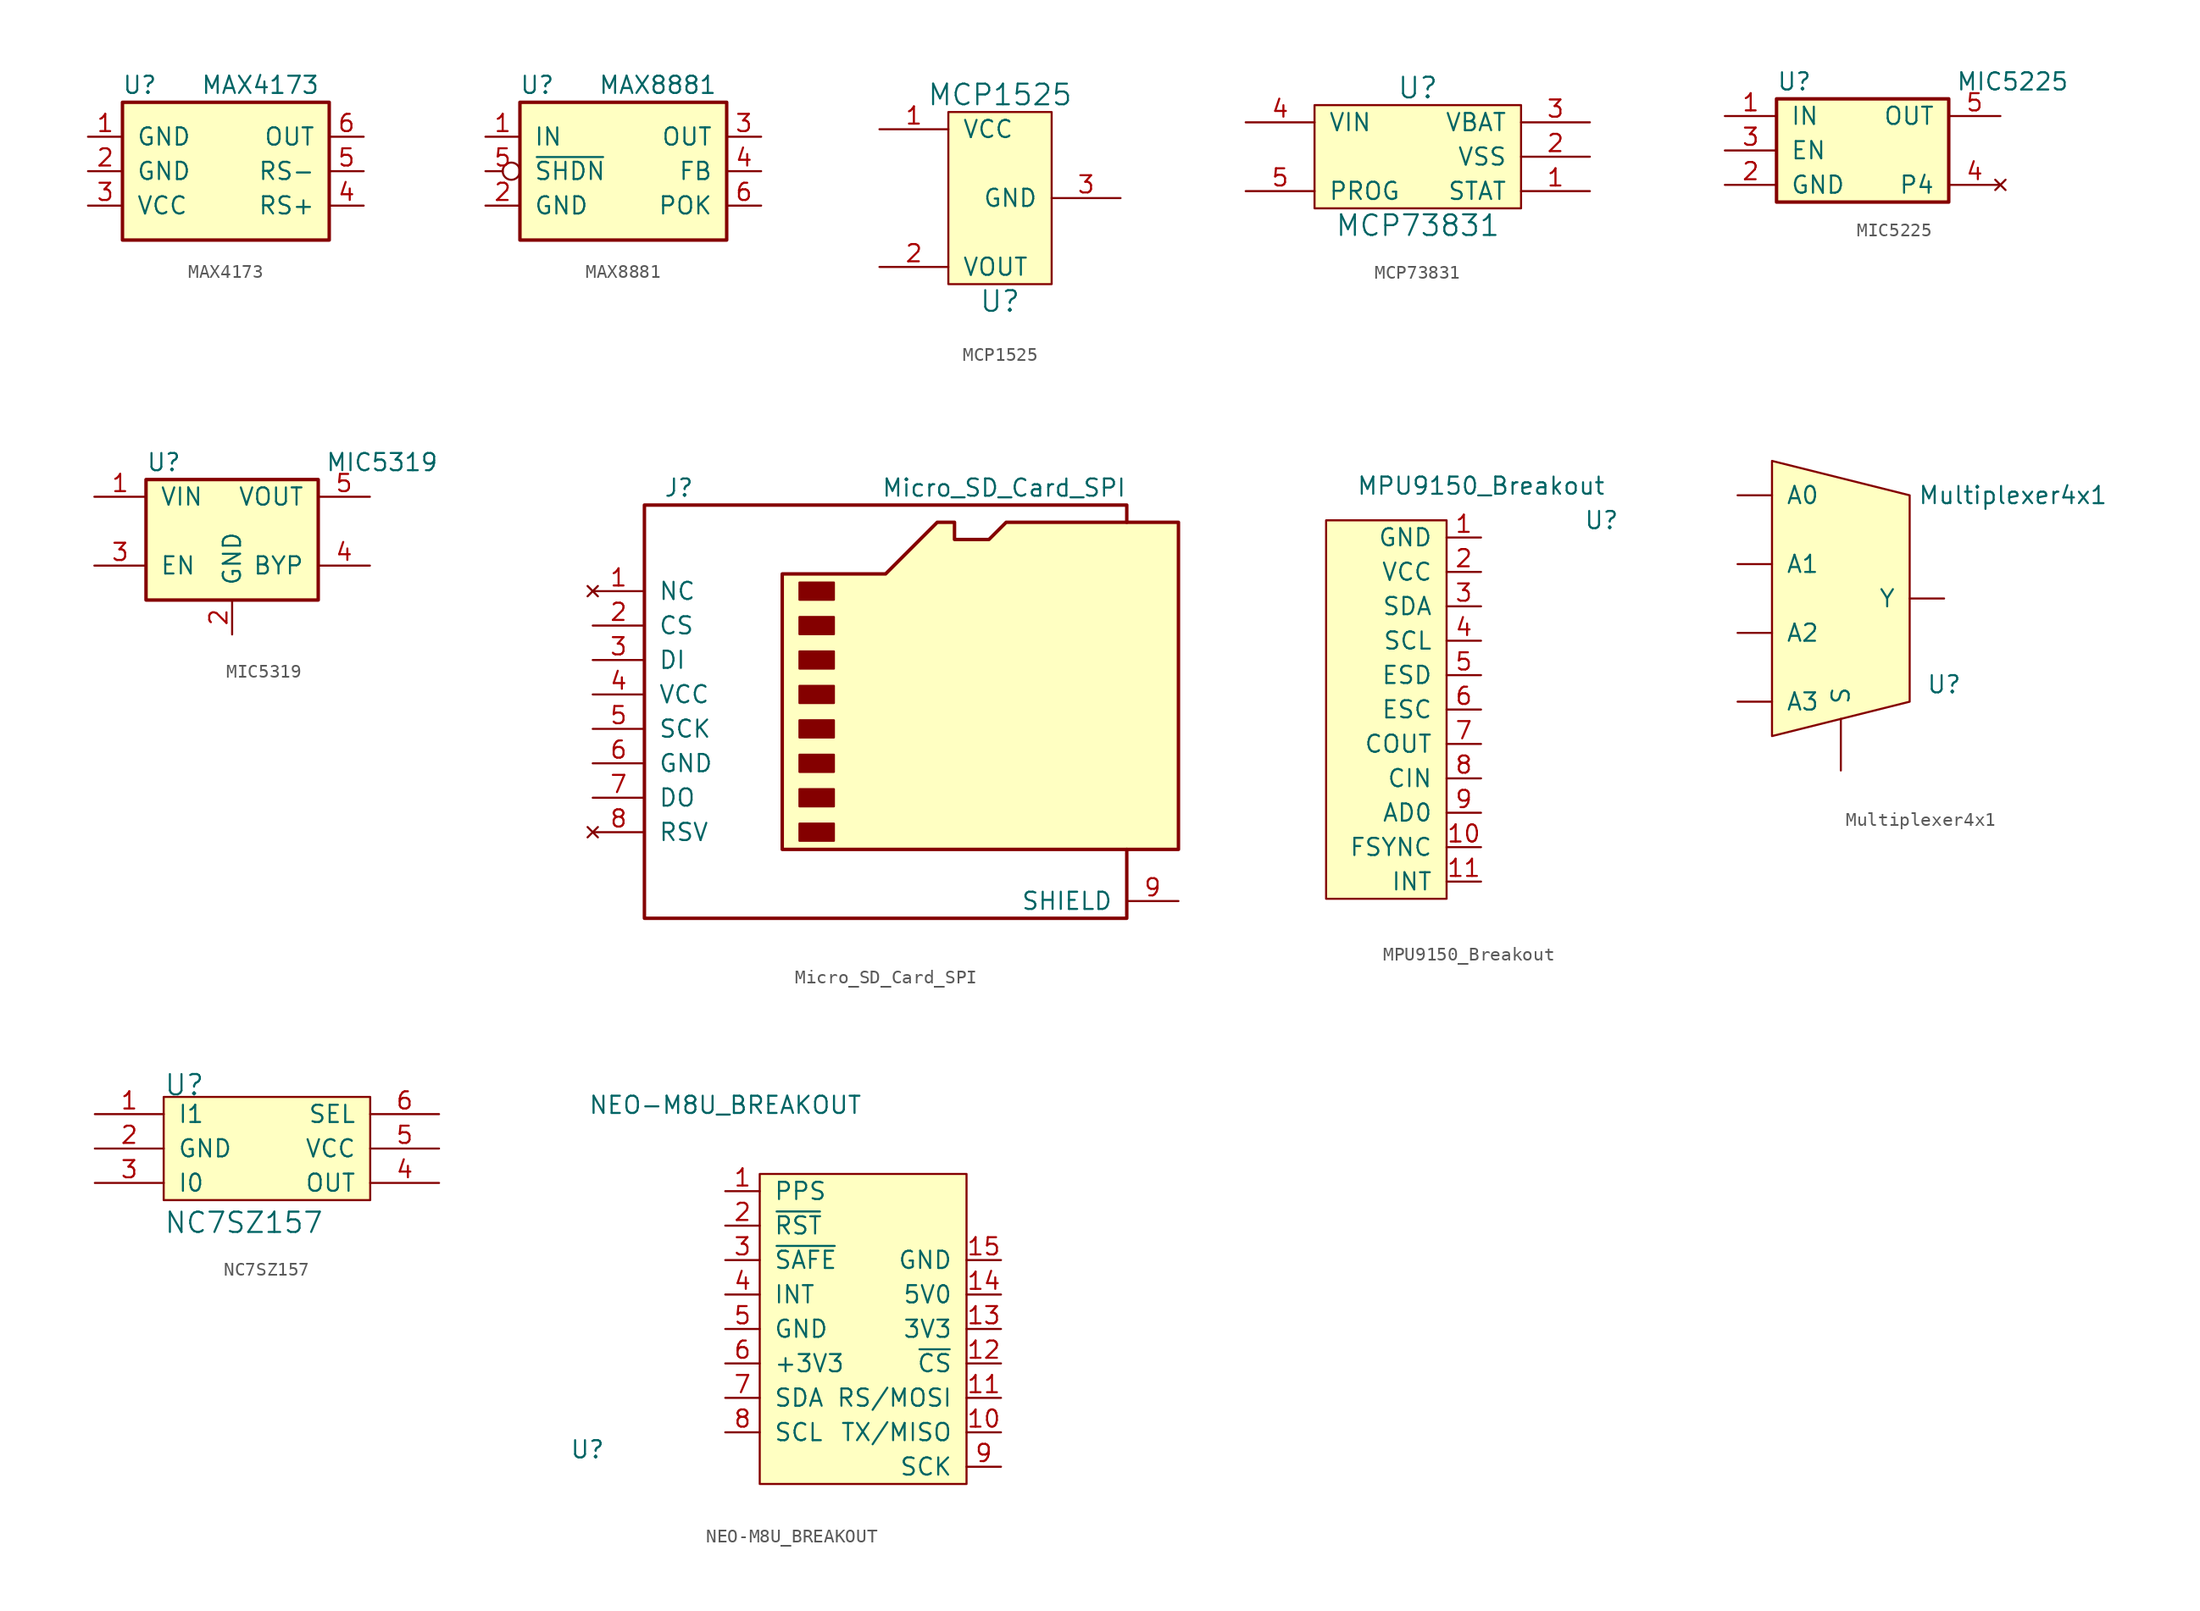
<source format=kicad_sym>
(kicad_symbol_lib
  (version 20211014)
  (generator kicad_symbol_editor)
  (symbol "MAX4173"
    (pin_names
      (offset 1.016))
    (property "Reference" "U"
      (at -6.35 8.89 0)
      (effects (font (size 1.27 1.27))))
    (property "Value" "MAX4173"
      (at 2.54 8.89 0)
      (effects (font (size 1.27 1.27))))
    (property "Datasheet" ""
      (at 0 2.54 0)
      (effects (font (size 1.27 1.27))))
    (symbol "MAX4173_0_1"
      (rectangle (start -7.62 7.62) (end 7.62 -2.54) (stroke (width 0.254) (type default) (color 0 0 0 0)) (fill (type background))))
    (symbol "MAX4173_1_1"
      (pin power_in line (at -10.16 5.08 0) (length 2.54) (name "GND" (effects (font (size 1.27 1.27)))) (number "1" (effects (font (size 1.27 1.27)))))
      (pin power_in line (at -10.16 2.54 0) (length 2.54) (name "GND" (effects (font (size 1.27 1.27)))) (number "2" (effects (font (size 1.27 1.27)))))
      (pin power_in line (at -10.16 0 0) (length 2.54) (name "VCC" (effects (font (size 1.27 1.27)))) (number "3" (effects (font (size 1.27 1.27)))))
      (pin input line (at 10.16 0 180) (length 2.54) (name "RS+" (effects (font (size 1.27 1.27)))) (number "4" (effects (font (size 1.27 1.27)))))
      (pin passive line (at 10.16 2.54 180) (length 2.54) (name "RS-" (effects (font (size 1.27 1.27)))) (number "5" (effects (font (size 1.27 1.27)))))
      (pin output line (at 10.16 5.08 180) (length 2.54) (name "OUT" (effects (font (size 1.27 1.27)))) (number "6" (effects (font (size 1.27 1.27)))))))
  (symbol "MAX8881"
    (pin_names
      (offset 1.016))
    (property "Reference" "U"
      (at -6.35 8.89 0)
      (effects (font (size 1.27 1.27))))
    (property "Value" "MAX8881"
      (at 2.54 8.89 0)
      (effects (font (size 1.27 1.27))))
    (property "Datasheet" ""
      (at 0 2.54 0)
      (effects (font (size 1.27 1.27))))
    (symbol "MAX8881_0_1"
      (rectangle (start -7.62 7.62) (end 7.62 -2.54) (stroke (width 0.254) (type default) (color 0 0 0 0)) (fill (type background))))
    (symbol "MAX8881_1_1"
      (pin power_in line (at -10.16 5.08 0) (length 2.54) (name "IN" (effects (font (size 1.27 1.27)))) (number "1" (effects (font (size 1.27 1.27)))))
      (pin power_out line (at -10.16 0 0) (length 2.54) (name "GND" (effects (font (size 1.27 1.27)))) (number "2" (effects (font (size 1.27 1.27)))))
      (pin power_out line (at 10.16 5.08 180) (length 2.54) (name "OUT" (effects (font (size 1.27 1.27)))) (number "3" (effects (font (size 1.27 1.27)))))
      (pin passive line (at 10.16 2.54 180) (length 2.54) (name "FB" (effects (font (size 1.27 1.27)))) (number "4" (effects (font (size 1.27 1.27)))))
      (pin input inverted (at -10.16 2.54 0) (length 2.54) (name "~{SHDN}" (effects (font (size 1.27 1.27)))) (number "5" (effects (font (size 1.27 1.27)))))
      (pin output line (at 10.16 0 180) (length 2.54) (name "POK" (effects (font (size 1.27 1.27)))) (number "6" (effects (font (size 1.27 1.27)))))))
  (symbol "MCP1525"
    (pin_names
      (offset 1.016))
    (property "Reference" "U"
      (at 3.81 -7.62 0)
      (effects (font (size 1.524 1.524))))
    (property "Value" "MCP1525"
      (at 3.81 7.62 0)
      (effects (font (size 1.524 1.524))))
    (symbol "MCP1525_0_1"
      (rectangle (start 0 6.35) (end 7.62 -6.35) (stroke (width 0) (type default) (color 0 0 0 0)) (fill (type background))))
    (symbol "MCP1525_1_1"
      (pin power_in line (at -5.08 5.08 0) (length 5.08) (name "VCC" (effects (font (size 1.27 1.27)))) (number "1" (effects (font (size 1.27 1.27)))))
      (pin output line (at -5.08 -5.08 0) (length 5.08) (name "VOUT" (effects (font (size 1.27 1.27)))) (number "2" (effects (font (size 1.27 1.27)))))
      (pin power_in line (at 12.7 0 180) (length 5.08) (name "GND" (effects (font (size 1.27 1.27)))) (number "3" (effects (font (size 1.27 1.27)))))))
  (symbol "MCP73831"
    (pin_names
      (offset 1.016))
    (property "Reference" "U"
      (at 0 5.08 0)
      (effects (font (size 1.524 1.524))))
    (property "Value" "MCP73831"
      (at 0 -5.08 0)
      (effects (font (size 1.524 1.524))))
    (symbol "MCP73831_0_1"
      (rectangle (start 7.62 3.81) (end -7.62 -3.81) (stroke (width 0) (type default) (color 0 0 0 0)) (fill (type background))))
    (symbol "MCP73831_1_1"
      (pin output line (at 12.7 -2.54 180) (length 5.08) (name "STAT" (effects (font (size 1.27 1.27)))) (number "1" (effects (font (size 1.27 1.27)))))
      (pin power_in line (at 12.7 0 180) (length 5.08) (name "VSS" (effects (font (size 1.27 1.27)))) (number "2" (effects (font (size 1.27 1.27)))))
      (pin power_out line (at 12.7 2.54 180) (length 5.08) (name "VBAT" (effects (font (size 1.27 1.27)))) (number "3" (effects (font (size 1.27 1.27)))))
      (pin power_in line (at -12.7 2.54 0) (length 5.08) (name "VIN" (effects (font (size 1.27 1.27)))) (number "4" (effects (font (size 1.27 1.27)))))
      (pin passive line (at -12.7 -2.54 0) (length 5.08) (name "PROG" (effects (font (size 1.27 1.27)))) (number "5" (effects (font (size 1.27 1.27)))))))
  (symbol "MIC5225"
    (pin_names
      (offset 1.016))
    (property "Reference" "U"
      (at -6.35 5.08 0)
      (effects (font (size 1.27 1.27)) (justify left)))
    (property "Value" "MIC5225"
      (at 15.24 5.08 0)
      (effects (font (size 1.27 1.27)) (justify right)))
    (symbol "MIC5225_0_1"
      (rectangle (start -6.35 3.81) (end 6.35 -3.81) (stroke (width 0.254) (type default) (color 0 0 0 0)) (fill (type background))))
    (symbol "MIC5225_1_1"
      (pin power_in line (at -10.16 2.54 0) (length 3.81) (name "IN" (effects (font (size 1.27 1.27)))) (number "1" (effects (font (size 1.27 1.27)))))
      (pin power_in line (at -10.16 -2.54 0) (length 3.81) (name "GND" (effects (font (size 1.27 1.27)))) (number "2" (effects (font (size 1.27 1.27)))))
      (pin input line (at -10.16 0 0) (length 3.81) (name "EN" (effects (font (size 1.27 1.27)))) (number "3" (effects (font (size 1.27 1.27)))))
      (pin no_connect line (at 10.16 -2.54 180) (length 3.81) (name "P4" (effects (font (size 1.27 1.27)))) (number "4" (effects (font (size 1.27 1.27)))))
      (pin power_out line (at 10.16 2.54 180) (length 3.81) (name "OUT" (effects (font (size 1.27 1.27)))) (number "5" (effects (font (size 1.27 1.27)))))))
  (symbol "MIC5319"
    (pin_names
      (offset 1.016))
    (property "Reference" "U"
      (at -6.35 5.08 0)
      (effects (font (size 1.27 1.27)) (justify left)))
    (property "Value" "MIC5319"
      (at 15.24 5.08 0)
      (effects (font (size 1.27 1.27)) (justify right)))
    (symbol "MIC5319_0_1"
      (rectangle (start -6.35 3.81) (end 6.35 -5.08) (stroke (width 0.254) (type default) (color 0 0 0 0)) (fill (type background))))
    (symbol "MIC5319_1_1"
      (pin passive line (at -10.16 2.54 0) (length 3.81) (name "VIN" (effects (font (size 1.27 1.27)))) (number "1" (effects (font (size 1.27 1.27)))))
      (pin passive line (at 0 -7.62 90) (length 2.54) (name "GND" (effects (font (size 1.27 1.27)))) (number "2" (effects (font (size 1.27 1.27)))))
      (pin input line (at -10.16 -2.54 0) (length 3.81) (name "EN" (effects (font (size 1.27 1.27)))) (number "3" (effects (font (size 1.27 1.27)))))
      (pin passive line (at 10.16 -2.54 180) (length 3.81) (name "BYP" (effects (font (size 1.27 1.27)))) (number "4" (effects (font (size 1.27 1.27)))))
      (pin passive line (at 10.16 2.54 180) (length 3.81) (name "VOUT" (effects (font (size 1.27 1.27)))) (number "5" (effects (font (size 1.27 1.27)))))))
  (symbol "Micro_SD_Card_SPI"
    (pin_names
      (offset 1.016))
    (property "Reference" "J"
      (at -16.51 15.24 0)
      (effects (font (size 1.27 1.27))))
    (property "Value" "Micro_SD_Card_SPI"
      (at 16.51 15.24 0)
      (effects (font (size 1.27 1.27)) (justify right)))
    (symbol "Micro_SD_Card_SPI_0_1"
      (rectangle (start -7.62 -9.525) (end -5.08 -10.795) (stroke (width 0) (type default) (color 0 0 0 0)) (fill (type outline)))
      (rectangle (start -7.62 -6.985) (end -5.08 -8.255) (stroke (width 0) (type default) (color 0 0 0 0)) (fill (type outline)))
      (rectangle (start -7.62 -4.445) (end -5.08 -5.715) (stroke (width 0) (type default) (color 0 0 0 0)) (fill (type outline)))
      (rectangle (start -7.62 -1.905) (end -5.08 -3.175) (stroke (width 0) (type default) (color 0 0 0 0)) (fill (type outline)))
      (rectangle (start -7.62 0.635) (end -5.08 -0.635) (stroke (width 0) (type default) (color 0 0 0 0)) (fill (type outline)))
      (rectangle (start -7.62 3.175) (end -5.08 1.905) (stroke (width 0) (type default) (color 0 0 0 0)) (fill (type outline)))
      (rectangle (start -7.62 5.715) (end -5.08 4.445) (stroke (width 0) (type default) (color 0 0 0 0)) (fill (type outline)))
      (rectangle (start -7.62 8.255) (end -5.08 6.985) (stroke (width 0) (type default) (color 0 0 0 0)) (fill (type outline)))
      (polyline (pts (xy 16.51 12.7) (xy 16.51 13.97) (xy -19.05 13.97) (xy -19.05 -16.51) (xy 16.51 -16.51) (xy 16.51 -11.43)) (stroke (width 0.254) (type default) (color 0 0 0 0)) (fill (type none)))
      (polyline (pts (xy -8.89 -11.43) (xy -8.89 8.89) (xy -1.27 8.89) (xy 2.54 12.7) (xy 3.81 12.7) (xy 3.81 11.43) (xy 6.35 11.43) (xy 7.62 12.7) (xy 20.32 12.7) (xy 20.32 -11.43) (xy -8.89 -11.43)) (stroke (width 0.254) (type default) (color 0 0 0 0)) (fill (type background))))
    (symbol "Micro_SD_Card_SPI_1_1"
      (pin no_connect line (at -22.86 7.62 0) (length 3.81) (name "NC" (effects (font (size 1.27 1.27)))) (number "1" (effects (font (size 1.27 1.27)))))
      (pin input line (at -22.86 5.08 0) (length 3.81) (name "CS" (effects (font (size 1.27 1.27)))) (number "2" (effects (font (size 1.27 1.27)))))
      (pin input line (at -22.86 2.54 0) (length 3.81) (name "DI" (effects (font (size 1.27 1.27)))) (number "3" (effects (font (size 1.27 1.27)))))
      (pin power_in line (at -22.86 0 0) (length 3.81) (name "VCC" (effects (font (size 1.27 1.27)))) (number "4" (effects (font (size 1.27 1.27)))))
      (pin input line (at -22.86 -2.54 0) (length 3.81) (name "SCK" (effects (font (size 1.27 1.27)))) (number "5" (effects (font (size 1.27 1.27)))))
      (pin power_in line (at -22.86 -5.08 0) (length 3.81) (name "GND" (effects (font (size 1.27 1.27)))) (number "6" (effects (font (size 1.27 1.27)))))
      (pin output line (at -22.86 -7.62 0) (length 3.81) (name "DO" (effects (font (size 1.27 1.27)))) (number "7" (effects (font (size 1.27 1.27)))))
      (pin no_connect line (at -22.86 -10.16 0) (length 3.81) (name "RSV" (effects (font (size 1.27 1.27)))) (number "8" (effects (font (size 1.27 1.27)))))
      (pin passive line (at 20.32 -15.24 180) (length 3.81) (name "SHIELD" (effects (font (size 1.27 1.27)))) (number "9" (effects (font (size 1.27 1.27)))))))
  (symbol "MPU9150_Breakout"
    (pin_names
      (offset 1.016))
    (property "Reference" "U"
      (at 8.89 1.27 0)
      (effects (font (size 1.27 1.27))))
    (property "Value" "MPU9150_Breakout"
      (at 0 3.81 0)
      (effects (font (size 1.27 1.27))))
    (symbol "MPU9150_Breakout_0_1"
      (rectangle (start -2.54 1.27) (end -11.43 -26.67) (stroke (width 0) (type default) (color 0 0 0 0)) (fill (type background))))
    (symbol "MPU9150_Breakout_1_1"
      (pin power_in line (at 0 0 180) (length 2.54) (name "GND" (effects (font (size 1.27 1.27)))) (number "1" (effects (font (size 1.27 1.27)))))
      (pin input line (at 0 -22.86 180) (length 2.54) (name "FSYNC" (effects (font (size 1.27 1.27)))) (number "10" (effects (font (size 1.27 1.27)))))
      (pin output line (at 0 -25.4 180) (length 2.54) (name "INT" (effects (font (size 1.27 1.27)))) (number "11" (effects (font (size 1.27 1.27)))))
      (pin power_in line (at 0 -2.54 180) (length 2.54) (name "VCC" (effects (font (size 1.27 1.27)))) (number "2" (effects (font (size 1.27 1.27)))))
      (pin open_collector line (at 0 -5.08 180) (length 2.54) (name "SDA" (effects (font (size 1.27 1.27)))) (number "3" (effects (font (size 1.27 1.27)))))
      (pin open_collector line (at 0 -7.62 180) (length 2.54) (name "SCL" (effects (font (size 1.27 1.27)))) (number "4" (effects (font (size 1.27 1.27)))))
      (pin passive line (at 0 -10.16 180) (length 2.54) (name "ESD" (effects (font (size 1.27 1.27)))) (number "5" (effects (font (size 1.27 1.27)))))
      (pin passive line (at 0 -12.7 180) (length 2.54) (name "ESC" (effects (font (size 1.27 1.27)))) (number "6" (effects (font (size 1.27 1.27)))))
      (pin unspecified line (at 0 -15.24 180) (length 2.54) (name "COUT" (effects (font (size 1.27 1.27)))) (number "7" (effects (font (size 1.27 1.27)))))
      (pin unspecified line (at 0 -17.78 180) (length 2.54) (name "CIN" (effects (font (size 1.27 1.27)))) (number "8" (effects (font (size 1.27 1.27)))))
      (pin input line (at 0 -20.32 180) (length 2.54) (name "AD0" (effects (font (size 1.27 1.27)))) (number "9" (effects (font (size 1.27 1.27)))))))
  (symbol "Multiplexer4x1"
    (pin_names
      (offset 1.016))
    (property "Reference" "U"
      (at 7.62 -6.35 0)
      (effects (font (size 1.27 1.27))))
    (property "Value" "Multiplexer4x1"
      (at 12.7 7.62 0)
      (effects (font (size 1.27 1.27))))
    (symbol "Multiplexer4x1_0_1"
      (polyline (pts (xy -5.08 10.16) (xy -5.08 -10.16) (xy 5.08 -7.62) (xy 5.08 7.62) (xy -5.08 10.16)) (stroke (width 0) (type default) (color 0 0 0 0)) (fill (type background))))
    (symbol "Multiplexer4x1_1_1"
      (pin input line (at -7.62 7.62 0) (length 2.54) (name "A0" (effects (font (size 1.27 1.27)))) (number "~" (effects (font (size 1.27 1.27)))))
      (pin input line (at -7.62 2.54 0) (length 2.54) (name "A1" (effects (font (size 1.27 1.27)))) (number "~" (effects (font (size 1.27 1.27)))))
      (pin input line (at -7.62 -2.54 0) (length 2.54) (name "A2" (effects (font (size 1.27 1.27)))) (number "~" (effects (font (size 1.27 1.27)))))
      (pin input line (at -7.62 -7.62 0) (length 2.54) (name "A3" (effects (font (size 1.27 1.27)))) (number "~" (effects (font (size 1.27 1.27)))))
      (pin input line (at 0 -12.7 90) (length 3.81) (name "S" (effects (font (size 1.27 1.27)))) (number "~" (effects (font (size 1.27 1.27)))))
      (pin output line (at 7.62 0 180) (length 2.54) (name "Y" (effects (font (size 1.27 1.27)))) (number "~" (effects (font (size 1.27 1.27)))))))
  (symbol "NC7SZ157"
    (pin_names
      (offset 1.016))
    (property "Reference" "U"
      (at -7.62 3.81 0)
      (effects (font (size 1.499 1.499)) (justify left bottom)))
    (property "Value" "NC7SZ157"
      (at -7.62 -6.35 0)
      (effects (font (size 1.499 1.499)) (justify left bottom)))
    (symbol "NC7SZ157_0_1"
      (rectangle (start -7.62 3.81) (end 7.62 -3.81) (stroke (width 0) (type default) (color 0 0 0 0)) (fill (type background))))
    (symbol "NC7SZ157_1_0"
      (pin input line (at -12.7 2.54 0) (length 5.08) (name "I1" (effects (font (size 1.27 1.27)))) (number "1" (effects (font (size 1.27 1.27)))))
      (pin power_in line (at -12.7 0 0) (length 5.08) (name "GND" (effects (font (size 1.27 1.27)))) (number "2" (effects (font (size 1.27 1.27)))))
      (pin input line (at -12.7 -2.54 0) (length 5.08) (name "I0" (effects (font (size 1.27 1.27)))) (number "3" (effects (font (size 1.27 1.27)))))
      (pin output line (at 12.7 -2.54 180) (length 5.08) (name "OUT" (effects (font (size 1.27 1.27)))) (number "4" (effects (font (size 1.27 1.27)))))
      (pin power_in line (at 12.7 0 180) (length 5.08) (name "VCC" (effects (font (size 1.27 1.27)))) (number "5" (effects (font (size 1.27 1.27)))))
      (pin input line (at 12.7 2.54 180) (length 5.08) (name "SEL" (effects (font (size 1.27 1.27)))) (number "6" (effects (font (size 1.27 1.27)))))))
  (symbol "NEO-M8U_BREAKOUT"
    (pin_names
      (offset 1.016))
    (property "Reference" "U"
      (at -10.16 -19.05 0)
      (effects (font (size 1.27 1.27))))
    (property "Value" "NEO-M8U_BREAKOUT"
      (at 0 6.35 0)
      (effects (font (size 1.27 1.27))))
    (symbol "NEO-M8U_BREAKOUT_0_1"
      (rectangle (start 2.54 1.27) (end 17.78 -21.59) (stroke (width 0) (type default) (color 0 0 0 0)) (fill (type background))))
    (symbol "NEO-M8U_BREAKOUT_1_1"
      (pin output line (at 0 0 0) (length 2.54) (name "PPS" (effects (font (size 1.27 1.27)))) (number "1" (effects (font (size 1.27 1.27)))))
      (pin output line (at 20.32 -17.78 180) (length 2.54) (name "TX/MISO" (effects (font (size 1.27 1.27)))) (number "10" (effects (font (size 1.27 1.27)))))
      (pin input line (at 20.32 -15.24 180) (length 2.54) (name "RS/MOSI" (effects (font (size 1.27 1.27)))) (number "11" (effects (font (size 1.27 1.27)))))
      (pin input line (at 20.32 -12.7 180) (length 2.54) (name "~{CS}" (effects (font (size 1.27 1.27)))) (number "12" (effects (font (size 1.27 1.27)))))
      (pin power_in line (at 20.32 -10.16 180) (length 2.54) (name "3V3" (effects (font (size 1.27 1.27)))) (number "13" (effects (font (size 1.27 1.27)))))
      (pin power_out line (at 20.32 -7.62 180) (length 2.54) (name "5V0" (effects (font (size 1.27 1.27)))) (number "14" (effects (font (size 1.27 1.27)))))
      (pin power_out line (at 20.32 -5.08 180) (length 2.54) (name "GND" (effects (font (size 1.27 1.27)))) (number "15" (effects (font (size 1.27 1.27)))))
      (pin input line (at 0 -2.54 0) (length 2.54) (name "~{RST}" (effects (font (size 1.27 1.27)))) (number "2" (effects (font (size 1.27 1.27)))))
      (pin input line (at 0 -5.08 0) (length 2.54) (name "~{SAFE}" (effects (font (size 1.27 1.27)))) (number "3" (effects (font (size 1.27 1.27)))))
      (pin input line (at 0 -7.62 0) (length 2.54) (name "INT" (effects (font (size 1.27 1.27)))) (number "4" (effects (font (size 1.27 1.27)))))
      (pin power_in line (at 0 -10.16 0) (length 2.54) (name "GND" (effects (font (size 1.27 1.27)))) (number "5" (effects (font (size 1.27 1.27)))))
      (pin power_in line (at 0 -12.7 0) (length 2.54) (name "+3V3" (effects (font (size 1.27 1.27)))) (number "6" (effects (font (size 1.27 1.27)))))
      (pin open_collector line (at 0 -15.24 0) (length 2.54) (name "SDA" (effects (font (size 1.27 1.27)))) (number "7" (effects (font (size 1.27 1.27)))))
      (pin open_collector line (at 0 -17.78 0) (length 2.54) (name "SCL" (effects (font (size 1.27 1.27)))) (number "8" (effects (font (size 1.27 1.27)))))
      (pin input line (at 20.32 -20.32 180) (length 2.54) (name "SCK" (effects (font (size 1.27 1.27)))) (number "9" (effects (font (size 1.27 1.27))))))))
</source>
